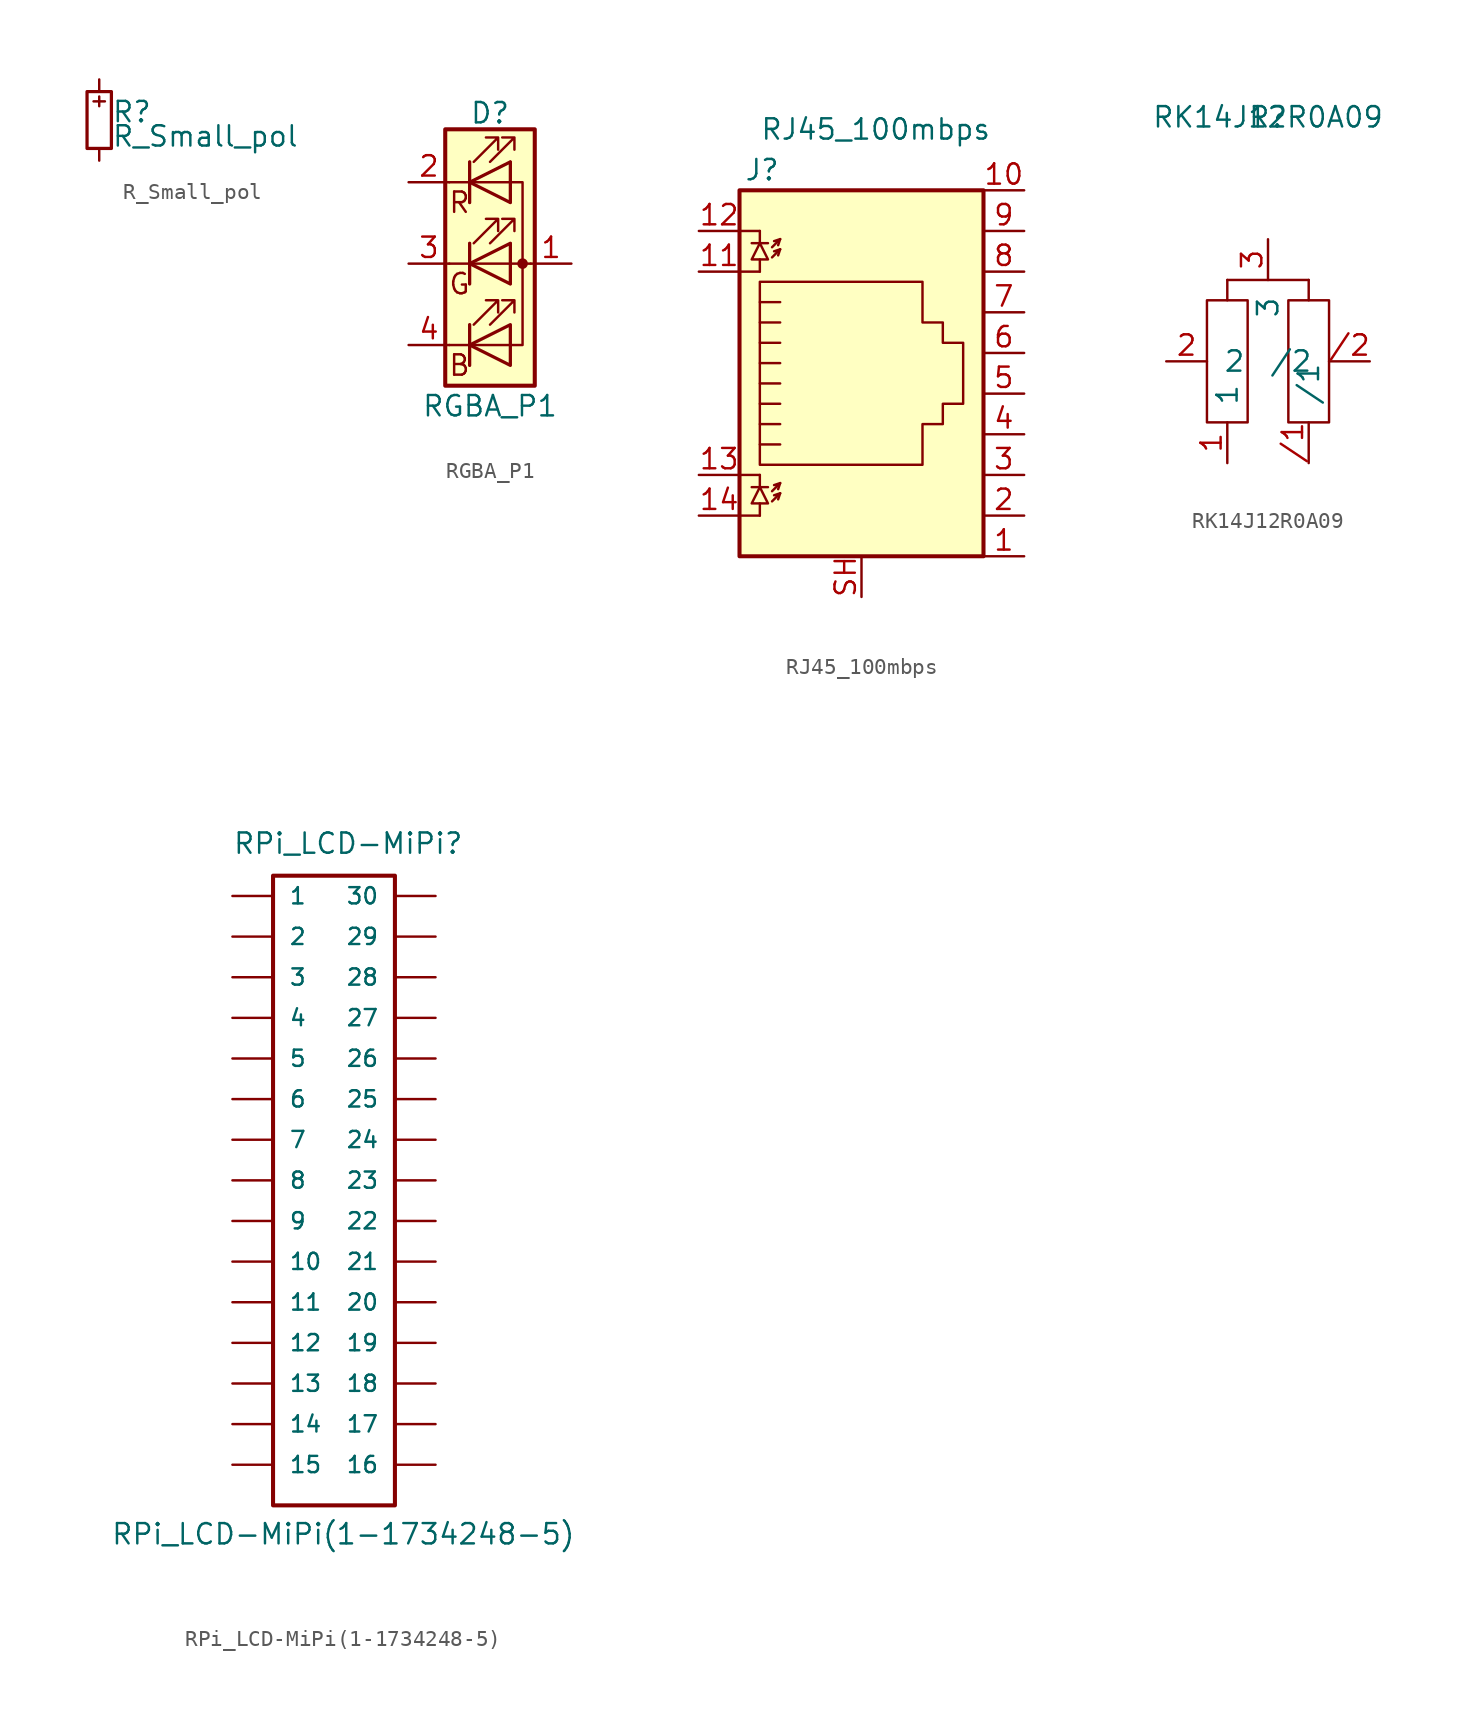
<source format=kicad_sym>
(kicad_symbol_lib
  (version 20231120)
  (generator "kicad_symbol_editor")
  (generator_version "8.0")
  (symbol "R_Small_pol"
    (pin_numbers hide)
    (pin_names
      (offset 0.254) hide)
    (property "Reference" "R"
      (at 0.762 0.508 0)
      (effects (font (size 1.27 1.27)) (justify left)))
    (property "Value" "R_Small_pol"
      (at 0.762 -1.016 0)
      (effects (font (size 1.27 1.27)) (justify left)))
    (symbol "R_Small_pol_0_1"
      (rectangle (start -0.762 1.778) (end 0.762 -1.778) (stroke (width 0.203) (type solid)) (fill (type none)))
      (polyline (pts (xy -0.356 1.168) (xy 0.356 1.168)) (stroke (width 0) (type solid)) (fill (type none)))
      (polyline (pts (xy 0 1.473) (xy 0 0.864)) (stroke (width 0) (type solid)) (fill (type none))))
    (symbol "R_Small_pol_1_1"
      (pin passive line (at 0 2.54 270) (length 0.762) (name "~" (effects (font (size 1.27 1.27)))) (number "1" (effects (font (size 1.27 1.27)))))
      (pin passive line (at 0 -2.54 90) (length 0.762) (name "~" (effects (font (size 1.27 1.27)))) (number "2" (effects (font (size 1.27 1.27)))))))
  (symbol "RGBA_P1"
    (pin_names
      (offset 0) hide)
    (property "Reference" "D"
      (at 0 9.398 0)
      (effects (font (size 1.27 1.27))))
    (property "Value" "RGBA_P1"
      (at 0 -8.89 0)
      (effects (font (size 1.27 1.27))))
    (symbol "RGBA_P1_0_0"
      (text "B" (at -1.905 -6.35 0) (effects (font (size 1.27 1.27))))
      (text "G" (at -1.905 -1.27 0) (effects (font (size 1.27 1.27))))
      (text "R" (at -1.905 3.81 0) (effects (font (size 1.27 1.27)))))
    (symbol "RGBA_P1_0_1"
      (polyline (pts (xy -1.27 -5.08) (xy -2.54 -5.08)) (stroke (width 0) (type solid)) (fill (type none)))
      (polyline (pts (xy -1.27 -5.08) (xy 1.27 -5.08)) (stroke (width 0) (type solid)) (fill (type none)))
      (polyline (pts (xy -1.27 -3.81) (xy -1.27 -6.35)) (stroke (width 0) (type solid)) (fill (type none)))
      (polyline (pts (xy -1.27 -3.81) (xy -1.27 -6.35)) (stroke (width 0.203) (type solid)) (fill (type none)))
      (polyline (pts (xy -1.27 0) (xy -2.54 0)) (stroke (width 0) (type solid)) (fill (type none)))
      (polyline (pts (xy -1.27 0) (xy 1.27 0)) (stroke (width 0) (type solid)) (fill (type none)))
      (polyline (pts (xy -1.27 1.27) (xy -1.27 -1.27)) (stroke (width 0.203) (type solid)) (fill (type none)))
      (polyline (pts (xy -1.27 5.08) (xy -2.54 5.08)) (stroke (width 0) (type solid)) (fill (type none)))
      (polyline (pts (xy -1.27 6.35) (xy -1.27 3.81)) (stroke (width 0.203) (type solid)) (fill (type none)))
      (polyline (pts (xy 1.27 0) (xy 2.54 0)) (stroke (width 0) (type solid)) (fill (type none)))
      (polyline (pts (xy 1.27 5.08) (xy -1.27 5.08)) (stroke (width 0) (type solid)) (fill (type none)))
      (polyline (pts (xy -1.27 1.27) (xy -1.27 -1.27) (xy -1.27 -1.27)) (stroke (width 0) (type solid)) (fill (type none)))
      (polyline (pts (xy -1.27 6.35) (xy -1.27 3.81) (xy -1.27 3.81)) (stroke (width 0) (type solid)) (fill (type none)))
      (polyline (pts (xy 1.27 -5.08) (xy 2.032 -5.08) (xy 2.032 5.08) (xy 1.27 5.08)) (stroke (width 0) (type solid)) (fill (type none)))
      (polyline (pts (xy 1.27 -3.81) (xy 1.27 -6.35) (xy -1.27 -5.08) (xy 1.27 -3.81)) (stroke (width 0.203) (type solid)) (fill (type none)))
      (polyline (pts (xy 1.27 1.27) (xy 1.27 -1.27) (xy -1.27 0) (xy 1.27 1.27)) (stroke (width 0.203) (type solid)) (fill (type none)))
      (polyline (pts (xy 1.27 6.35) (xy 1.27 3.81) (xy -1.27 5.08) (xy 1.27 6.35)) (stroke (width 0.203) (type solid)) (fill (type none)))
      (polyline (pts (xy -1.016 -3.81) (xy 0.508 -2.286) (xy -0.254 -2.286) (xy 0.508 -2.286) (xy 0.508 -3.048)) (stroke (width 0) (type solid)) (fill (type none)))
      (polyline (pts (xy -1.016 1.27) (xy 0.508 2.794) (xy -0.254 2.794) (xy 0.508 2.794) (xy 0.508 2.032)) (stroke (width 0) (type solid)) (fill (type none)))
      (polyline (pts (xy -1.016 6.35) (xy 0.508 7.874) (xy -0.254 7.874) (xy 0.508 7.874) (xy 0.508 7.112)) (stroke (width 0) (type solid)) (fill (type none)))
      (polyline (pts (xy 0 -3.81) (xy 1.524 -2.286) (xy 0.762 -2.286) (xy 1.524 -2.286) (xy 1.524 -3.048)) (stroke (width 0) (type solid)) (fill (type none)))
      (polyline (pts (xy 0 1.27) (xy 1.524 2.794) (xy 0.762 2.794) (xy 1.524 2.794) (xy 1.524 2.032)) (stroke (width 0) (type solid)) (fill (type none)))
      (polyline (pts (xy 0 6.35) (xy 1.524 7.874) (xy 0.762 7.874) (xy 1.524 7.874) (xy 1.524 7.112)) (stroke (width 0) (type solid)) (fill (type none)))
      (rectangle (start 1.27 -1.27) (end 1.27 1.27) (stroke (width 0) (type solid)) (fill (type none)))
      (rectangle (start 1.27 1.27) (end 1.27 1.27) (stroke (width 0) (type solid)) (fill (type none)))
      (rectangle (start 1.27 3.81) (end 1.27 6.35) (stroke (width 0) (type solid)) (fill (type none)))
      (rectangle (start 1.27 6.35) (end 1.27 6.35) (stroke (width 0) (type solid)) (fill (type none)))
      (circle (center 2.032 0) (radius 0.254) (stroke (width 0) (type solid)) (fill (type outline)))
      (rectangle (start 2.794 8.382) (end -2.794 -7.62) (stroke (width 0.254) (type solid)) (fill (type background))))
    (symbol "RGBA_P1_1_1"
      (pin passive line (at 5.08 0 180) (length 2.54) (name "A" (effects (font (size 1.27 1.27)))) (number "1" (effects (font (size 1.27 1.27)))))
      (pin passive line (at -5.08 5.08 0) (length 2.54) (name "RK" (effects (font (size 1.27 1.27)))) (number "2" (effects (font (size 1.27 1.27)))))
      (pin passive line (at -5.08 0 0) (length 2.54) (name "GK" (effects (font (size 1.27 1.27)))) (number "3" (effects (font (size 1.27 1.27)))))
      (pin passive line (at -5.08 -5.08 0) (length 2.54) (name "BK" (effects (font (size 1.27 1.27)))) (number "4" (effects (font (size 1.27 1.27)))))))
  (symbol "RJ45_100mbps"
    (pin_names
      (offset 1.016))
    (property "Reference" "J"
      (at -5.08 13.97 0)
      (effects (font (size 1.27 1.27)) (justify right)))
    (property "Value" "RJ45_100mbps"
      (at -6.35 16.51 0)
      (effects (font (size 1.27 1.27)) (justify left)))
    (symbol "RJ45_100mbps_0_1"
      (polyline (pts (xy -7.62 -7.62) (xy -6.35 -7.62)) (stroke (width 0) (type solid)) (fill (type none)))
      (polyline (pts (xy -7.62 -5.08) (xy -6.35 -5.08)) (stroke (width 0) (type solid)) (fill (type none)))
      (polyline (pts (xy -7.62 7.62) (xy -6.35 7.62)) (stroke (width 0) (type solid)) (fill (type none)))
      (polyline (pts (xy -7.62 10.16) (xy -6.35 10.16)) (stroke (width 0) (type solid)) (fill (type none)))
      (polyline (pts (xy -6.858 -5.842) (xy -5.842 -5.842)) (stroke (width 0) (type solid)) (fill (type none)))
      (polyline (pts (xy -6.858 9.398) (xy -5.842 9.398)) (stroke (width 0) (type solid)) (fill (type none)))
      (polyline (pts (xy -6.35 -7.62) (xy -6.35 -6.858)) (stroke (width 0) (type solid)) (fill (type none)))
      (polyline (pts (xy -6.35 -5.08) (xy -6.35 -5.842)) (stroke (width 0) (type solid)) (fill (type none)))
      (polyline (pts (xy -6.35 7.62) (xy -6.35 8.382)) (stroke (width 0) (type solid)) (fill (type none)))
      (polyline (pts (xy -6.35 10.16) (xy -6.35 9.398)) (stroke (width 0) (type solid)) (fill (type none)))
      (polyline (pts (xy -5.08 -6.223) (xy -5.207 -6.604)) (stroke (width 0) (type solid)) (fill (type none)))
      (polyline (pts (xy -5.08 -5.588) (xy -5.207 -5.969)) (stroke (width 0) (type solid)) (fill (type none)))
      (polyline (pts (xy -5.08 4.445) (xy -6.35 4.445)) (stroke (width 0) (type solid)) (fill (type none)))
      (polyline (pts (xy -5.08 5.715) (xy -6.35 5.715)) (stroke (width 0) (type solid)) (fill (type none)))
      (polyline (pts (xy -5.08 9.017) (xy -5.207 8.636)) (stroke (width 0) (type solid)) (fill (type none)))
      (polyline (pts (xy -5.08 9.652) (xy -5.207 9.271)) (stroke (width 0) (type solid)) (fill (type none)))
      (polyline (pts (xy -6.35 -3.175) (xy -5.08 -3.175) (xy -5.08 -3.175)) (stroke (width 0) (type solid)) (fill (type none)))
      (polyline (pts (xy -6.35 -1.905) (xy -5.08 -1.905) (xy -5.08 -1.905)) (stroke (width 0) (type solid)) (fill (type none)))
      (polyline (pts (xy -6.35 -0.635) (xy -5.08 -0.635) (xy -5.08 -0.635)) (stroke (width 0) (type solid)) (fill (type none)))
      (polyline (pts (xy -6.35 0.635) (xy -5.08 0.635) (xy -5.08 0.635)) (stroke (width 0) (type solid)) (fill (type none)))
      (polyline (pts (xy -6.35 1.905) (xy -5.08 1.905) (xy -5.08 1.905)) (stroke (width 0) (type solid)) (fill (type none)))
      (polyline (pts (xy -5.588 -6.731) (xy -5.08 -6.223) (xy -5.461 -6.35)) (stroke (width 0) (type solid)) (fill (type none)))
      (polyline (pts (xy -5.588 -6.096) (xy -5.08 -5.588) (xy -5.461 -5.715)) (stroke (width 0) (type solid)) (fill (type none)))
      (polyline (pts (xy -5.588 8.509) (xy -5.08 9.017) (xy -5.461 8.89)) (stroke (width 0) (type solid)) (fill (type none)))
      (polyline (pts (xy -5.588 9.144) (xy -5.08 9.652) (xy -5.461 9.525)) (stroke (width 0) (type solid)) (fill (type none)))
      (polyline (pts (xy -5.08 3.175) (xy -6.35 3.175) (xy -6.35 3.175)) (stroke (width 0) (type solid)) (fill (type none)))
      (polyline (pts (xy -6.35 -5.842) (xy -6.858 -6.858) (xy -5.842 -6.858) (xy -6.35 -5.842)) (stroke (width 0) (type solid)) (fill (type none)))
      (polyline (pts (xy -6.35 9.398) (xy -6.858 8.382) (xy -5.842 8.382) (xy -6.35 9.398)) (stroke (width 0) (type solid)) (fill (type none)))
      (polyline (pts (xy -6.35 -4.445) (xy -6.35 6.985) (xy 3.81 6.985) (xy 3.81 4.445) (xy 5.08 4.445) (xy 5.08 3.175) (xy 6.35 3.175) (xy 6.35 -0.635) (xy 5.08 -0.635) (xy 5.08 -1.905) (xy 3.81 -1.905) (xy 3.81 -4.445) (xy -6.35 -4.445) (xy -6.35 -4.445)) (stroke (width 0) (type solid)) (fill (type none)))
      (rectangle (start 7.62 12.7) (end -7.62 -10.16) (stroke (width 0.254) (type solid)) (fill (type background))))
    (symbol "RJ45_100mbps_1_1"
      (pin passive line (at 10.16 -10.16 180) (length 2.54) (name "~" (effects (font (size 1.27 1.27)))) (number "1" (effects (font (size 1.27 1.27)))))
      (pin passive line (at 10.16 12.7 180) (length 2.54) (name "~" (effects (font (size 1.27 1.27)))) (number "10" (effects (font (size 1.27 1.27)))))
      (pin passive line (at -10.16 7.62 0) (length 2.54) (name "~" (effects (font (size 1.27 1.27)))) (number "11" (effects (font (size 1.27 1.27)))))
      (pin passive line (at -10.16 10.16 0) (length 2.54) (name "~" (effects (font (size 1.27 1.27)))) (number "12" (effects (font (size 1.27 1.27)))))
      (pin passive line (at -10.16 -5.08 0) (length 2.54) (name "~" (effects (font (size 1.27 1.27)))) (number "13" (effects (font (size 1.27 1.27)))))
      (pin passive line (at -10.16 -7.62 0) (length 2.54) (name "~" (effects (font (size 1.27 1.27)))) (number "14" (effects (font (size 1.27 1.27)))))
      (pin passive line (at 10.16 -7.62 180) (length 2.54) (name "~" (effects (font (size 1.27 1.27)))) (number "2" (effects (font (size 1.27 1.27)))))
      (pin passive line (at 10.16 -5.08 180) (length 2.54) (name "~" (effects (font (size 1.27 1.27)))) (number "3" (effects (font (size 1.27 1.27)))))
      (pin passive line (at 10.16 -2.54 180) (length 2.54) (name "~" (effects (font (size 1.27 1.27)))) (number "4" (effects (font (size 1.27 1.27)))))
      (pin passive line (at 10.16 0 180) (length 2.54) (name "~" (effects (font (size 1.27 1.27)))) (number "5" (effects (font (size 1.27 1.27)))))
      (pin passive line (at 10.16 2.54 180) (length 2.54) (name "~" (effects (font (size 1.27 1.27)))) (number "6" (effects (font (size 1.27 1.27)))))
      (pin passive line (at 10.16 5.08 180) (length 2.54) (name "~" (effects (font (size 1.27 1.27)))) (number "7" (effects (font (size 1.27 1.27)))))
      (pin passive line (at 10.16 7.62 180) (length 2.54) (name "~" (effects (font (size 1.27 1.27)))) (number "8" (effects (font (size 1.27 1.27)))))
      (pin passive line (at 10.16 10.16 180) (length 2.54) (name "~" (effects (font (size 1.27 1.27)))) (number "9" (effects (font (size 1.27 1.27)))))
      (pin passive line (at 0 -12.7 90) (length 2.54) (name "~" (effects (font (size 1.27 1.27)))) (number "SH" (effects (font (size 1.27 1.27)))))))
  (symbol "RK14J12R0A09"
    (pin_names
      (offset 1.016))
    (property "Reference" "R"
      (at 0 15.24 0)
      (effects (font (size 1.27 1.27))))
    (property "Value" "RK14J12R0A09"
      (at 0 15.24 0)
      (effects (font (size 1.27 1.27))))
    (symbol "RK14J12R0A09_0_1"
      (rectangle (start -3.81 3.81) (end -1.27 -3.81) (stroke (width 0) (type solid)) (fill (type none)))
      (rectangle (start -2.54 5.08) (end -2.54 3.81) (stroke (width 0) (type solid)) (fill (type none)))
      (rectangle (start 0 5.08) (end -2.54 5.08) (stroke (width 0) (type solid)) (fill (type none)))
      (rectangle (start 0 5.08) (end 2.54 5.08) (stroke (width 0) (type solid)) (fill (type none)))
      (rectangle (start 2.54 5.08) (end 2.54 3.81) (stroke (width 0) (type solid)) (fill (type none)))
      (rectangle (start 3.81 3.81) (end 1.27 -3.81) (stroke (width 0) (type solid)) (fill (type none))))
    (symbol "RK14J12R0A09_1_1"
      (pin input line (at 2.54 -6.35 90) (length 2.54) (name "/1" (effects (font (size 1.27 1.27)))) (number "/1" (effects (font (size 1.27 1.27)))))
      (pin input line (at 6.35 0 180) (length 2.54) (name "/2" (effects (font (size 1.27 1.27)))) (number "/2" (effects (font (size 1.27 1.27)))))
      (pin input line (at -2.54 -6.35 90) (length 2.54) (name "1" (effects (font (size 1.27 1.27)))) (number "1" (effects (font (size 1.27 1.27)))))
      (pin input line (at -6.35 0 0) (length 2.54) (name "2" (effects (font (size 1.27 1.27)))) (number "2" (effects (font (size 1.27 1.27)))))
      (pin input line (at 0 7.62 270) (length 2.54) (name "3" (effects (font (size 1.27 1.27)))) (number "3" (effects (font (size 1.27 1.27)))))))
  (symbol "RPi_LCD-MiPi(1-1734248-5)"
    (pin_numbers hide)
    (pin_names
      (offset 1.016))
    (property "Reference" "RPi_LCD-MiPi"
      (at -7.62 20.32 0)
      (effects (font (size 1.27 1.27)) (justify left bottom)))
    (property "Value" "RPi_LCD-MiPi(1-1734248-5)"
      (at -15.24 -22.86 0)
      (effects (font (size 1.27 1.27)) (justify left bottom)))
    (property "Datasheet" ""
      (at 0 -5.08 0)
      (effects (font (size 1.524 1.524))))
    (symbol "RPi_LCD-MiPi(1-1734248-5)_1_0"
      (rectangle (start -5.08 19.05) (end 2.54 -20.32) (stroke (width 0.254) (type solid)) (fill (type none))))
    (symbol "RPi_LCD-MiPi(1-1734248-5)_1_1"
      (pin passive line (at -7.62 17.78 0) (length 2.489) (name "1" (effects (font (size 1.016 1.016)))) (number "1" (effects (font (size 1.016 1.016)))))
      (pin passive line (at -7.62 -5.08 0) (length 2.489) (name "10" (effects (font (size 1.016 1.016)))) (number "10" (effects (font (size 1.016 1.016)))))
      (pin passive line (at -7.62 -7.62 0) (length 2.489) (name "11" (effects (font (size 1.016 1.016)))) (number "11" (effects (font (size 1.016 1.016)))))
      (pin passive line (at -7.62 -10.16 0) (length 2.489) (name "12" (effects (font (size 1.016 1.016)))) (number "12" (effects (font (size 1.016 1.016)))))
      (pin passive line (at -7.62 -12.7 0) (length 2.489) (name "13" (effects (font (size 1.016 1.016)))) (number "13" (effects (font (size 1.016 1.016)))))
      (pin passive line (at -7.62 -15.24 0) (length 2.489) (name "14" (effects (font (size 1.016 1.016)))) (number "14" (effects (font (size 1.016 1.016)))))
      (pin passive line (at -7.62 -17.78 0) (length 2.489) (name "15" (effects (font (size 1.016 1.016)))) (number "15" (effects (font (size 1.016 1.016)))))
      (pin passive line (at 5.08 -17.78 180) (length 2.489) (name "16" (effects (font (size 1.016 1.016)))) (number "16" (effects (font (size 1.016 1.016)))))
      (pin passive line (at 5.08 -15.24 180) (length 2.489) (name "17" (effects (font (size 1.016 1.016)))) (number "17" (effects (font (size 1.016 1.016)))))
      (pin passive line (at 5.08 -12.7 180) (length 2.489) (name "18" (effects (font (size 1.016 1.016)))) (number "18" (effects (font (size 1.016 1.016)))))
      (pin passive line (at 5.08 -10.16 180) (length 2.489) (name "19" (effects (font (size 1.016 1.016)))) (number "19" (effects (font (size 1.016 1.016)))))
      (pin passive line (at -7.62 15.24 0) (length 2.489) (name "2" (effects (font (size 1.016 1.016)))) (number "2" (effects (font (size 1.016 1.016)))))
      (pin passive line (at 5.08 -7.62 180) (length 2.489) (name "20" (effects (font (size 1.016 1.016)))) (number "20" (effects (font (size 1.016 1.016)))))
      (pin passive line (at 5.08 -5.08 180) (length 2.489) (name "21" (effects (font (size 1.016 1.016)))) (number "21" (effects (font (size 1.016 1.016)))))
      (pin passive line (at 5.08 -2.54 180) (length 2.489) (name "22" (effects (font (size 1.016 1.016)))) (number "22" (effects (font (size 1.016 1.016)))))
      (pin passive line (at 5.08 0 180) (length 2.489) (name "23" (effects (font (size 1.016 1.016)))) (number "23" (effects (font (size 1.016 1.016)))))
      (pin passive line (at 5.08 2.54 180) (length 2.489) (name "24" (effects (font (size 1.016 1.016)))) (number "24" (effects (font (size 1.016 1.016)))))
      (pin passive line (at 5.08 5.08 180) (length 2.489) (name "25" (effects (font (size 1.016 1.016)))) (number "25" (effects (font (size 1.016 1.016)))))
      (pin passive line (at 5.08 7.62 180) (length 2.489) (name "26" (effects (font (size 1.016 1.016)))) (number "26" (effects (font (size 1.016 1.016)))))
      (pin passive line (at 5.08 10.16 180) (length 2.489) (name "27" (effects (font (size 1.016 1.016)))) (number "27" (effects (font (size 1.016 1.016)))))
      (pin passive line (at 5.08 12.7 180) (length 2.489) (name "28" (effects (font (size 1.016 1.016)))) (number "28" (effects (font (size 1.016 1.016)))))
      (pin passive line (at 5.08 15.24 180) (length 2.489) (name "29" (effects (font (size 1.016 1.016)))) (number "29" (effects (font (size 1.016 1.016)))))
      (pin passive line (at -7.62 12.7 0) (length 2.489) (name "3" (effects (font (size 1.016 1.016)))) (number "3" (effects (font (size 1.016 1.016)))))
      (pin passive line (at 5.08 17.78 180) (length 2.489) (name "30" (effects (font (size 1.016 1.016)))) (number "30" (effects (font (size 1.016 1.016)))))
      (pin passive line (at -7.62 10.16 0) (length 2.489) (name "4" (effects (font (size 1.016 1.016)))) (number "4" (effects (font (size 1.016 1.016)))))
      (pin passive line (at -7.62 7.62 0) (length 2.489) (name "5" (effects (font (size 1.016 1.016)))) (number "5" (effects (font (size 1.016 1.016)))))
      (pin passive line (at -7.62 5.08 0) (length 2.489) (name "6" (effects (font (size 1.016 1.016)))) (number "6" (effects (font (size 1.016 1.016)))))
      (pin passive line (at -7.62 2.54 0) (length 2.489) (name "7" (effects (font (size 1.016 1.016)))) (number "7" (effects (font (size 1.016 1.016)))))
      (pin passive line (at -7.62 0 0) (length 2.489) (name "8" (effects (font (size 1.016 1.016)))) (number "8" (effects (font (size 1.016 1.016)))))
      (pin passive line (at -7.62 -2.54 0) (length 2.489) (name "9" (effects (font (size 1.016 1.016)))) (number "9" (effects (font (size 1.016 1.016))))))))
</source>
